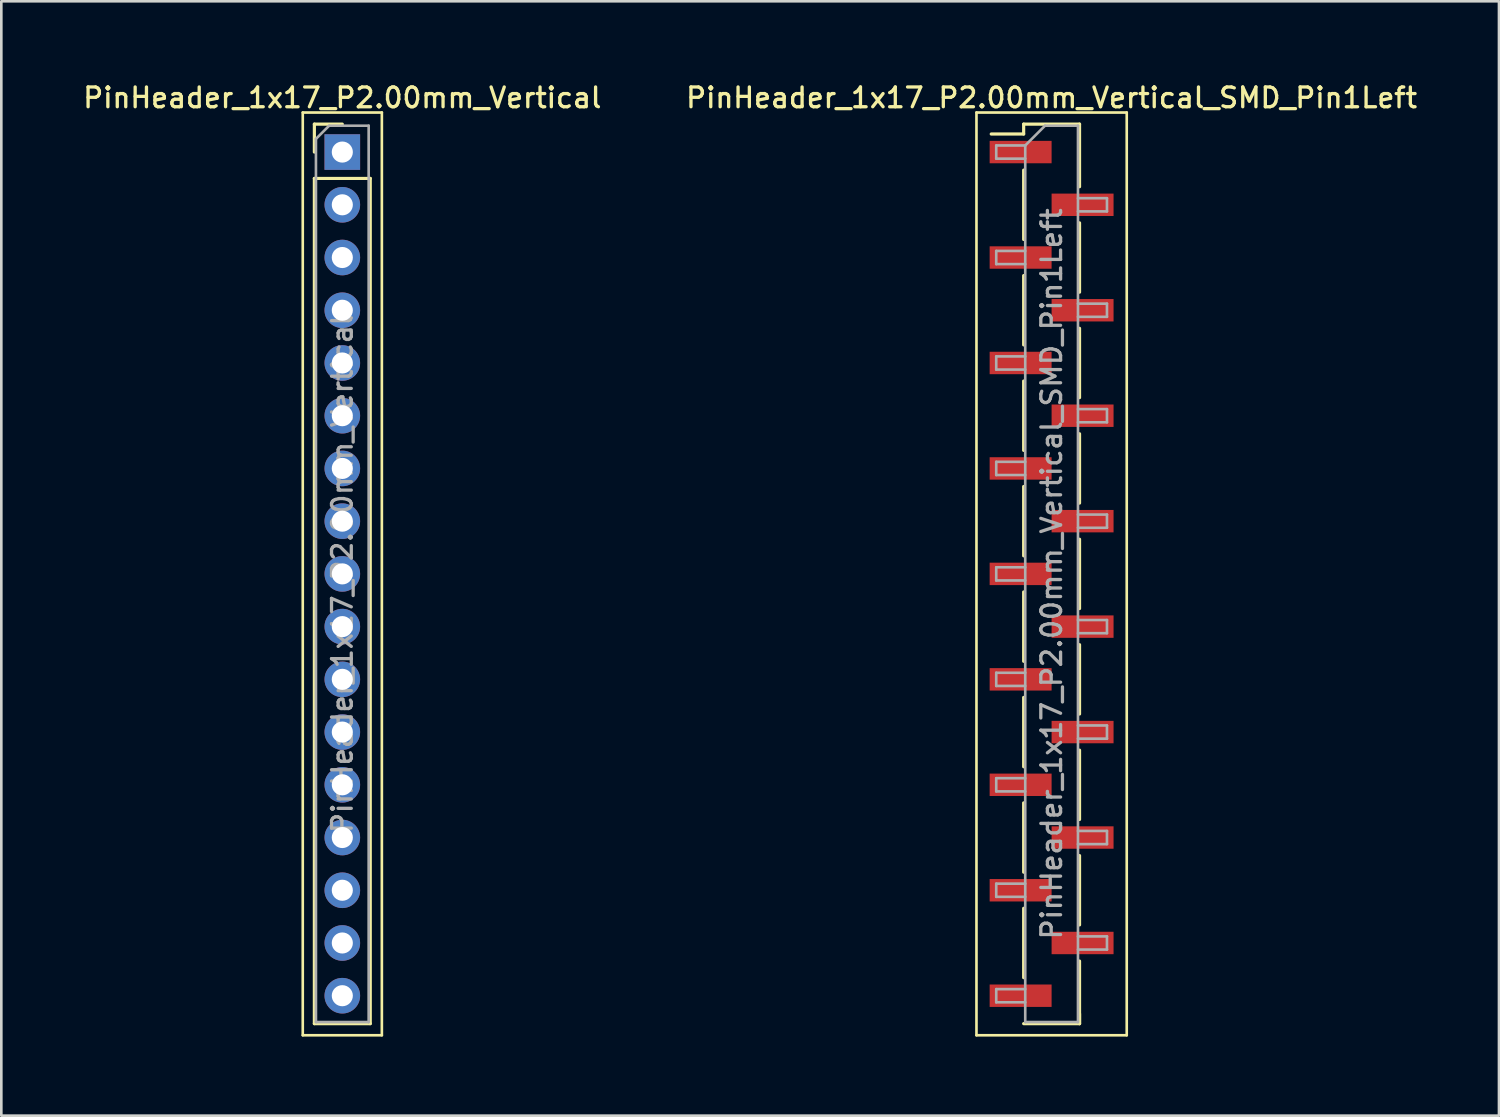
<source format=kicad_pcb>
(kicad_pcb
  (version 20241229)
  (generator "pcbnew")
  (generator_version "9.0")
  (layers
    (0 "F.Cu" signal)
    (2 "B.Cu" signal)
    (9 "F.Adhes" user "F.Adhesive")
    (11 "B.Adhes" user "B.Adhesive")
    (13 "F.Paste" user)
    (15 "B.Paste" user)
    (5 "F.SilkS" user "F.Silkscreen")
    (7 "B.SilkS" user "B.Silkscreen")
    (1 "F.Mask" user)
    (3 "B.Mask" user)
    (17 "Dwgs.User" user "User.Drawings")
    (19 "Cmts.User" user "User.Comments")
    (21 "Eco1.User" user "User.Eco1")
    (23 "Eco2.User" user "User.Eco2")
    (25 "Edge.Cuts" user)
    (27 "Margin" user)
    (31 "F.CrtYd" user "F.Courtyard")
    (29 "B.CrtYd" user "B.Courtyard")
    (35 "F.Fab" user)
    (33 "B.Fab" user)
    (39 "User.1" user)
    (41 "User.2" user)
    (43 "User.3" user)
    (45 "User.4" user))
  (footprint "PinHeader_1x17_P2.00mm_Vertical"
    (layer "F.Cu")
    (at 9.934 2.718)
    (property "Reference" "PinHeader_1x17_P2.00mm_Vertical" (at 0 -2.06 0) (layer "F.SilkS") (effects (font (size 0.75 0.75) (thickness 0.125))))
    (attr through_hole)
    (fp_line (start -1.5 -1.5) (end -1.5 33.5) (stroke (width 0.1) (type solid)) (layer "F.SilkS"))
    (fp_line (start -1.5 33.5) (end 1.5 33.5) (stroke (width 0.1) (type solid)) (layer "F.SilkS"))
    (fp_line (start -1.06 -1.06) (end 0 -1.06) (stroke (width 0.12) (type solid)) (layer "F.SilkS"))
    (fp_line (start -1.06 0) (end -1.06 -1.06) (stroke (width 0.12) (type solid)) (layer "F.SilkS"))
    (fp_line (start -1.06 1) (end -1.06 33.06) (stroke (width 0.12) (type solid)) (layer "F.SilkS"))
    (fp_line (start -1.06 1) (end 1.06 1) (stroke (width 0.12) (type solid)) (layer "F.SilkS"))
    (fp_line (start -1.06 33.06) (end 1.06 33.06) (stroke (width 0.12) (type solid)) (layer "F.SilkS"))
    (fp_line (start 1.06 1) (end 1.06 33.06) (stroke (width 0.12) (type solid)) (layer "F.SilkS"))
    (fp_line (start 1.5 -1.5) (end -1.5 -1.5) (stroke (width 0.1) (type solid)) (layer "F.SilkS"))
    (fp_line (start 1.5 33.5) (end 1.5 -1.5) (stroke (width 0.1) (type solid)) (layer "F.SilkS"))
    (fp_line (start -1 -0.5) (end -0.5 -1) (stroke (width 0.1) (type solid)) (layer "F.Fab"))
    (fp_line (start -1 33) (end -1 -0.5) (stroke (width 0.1) (type solid)) (layer "F.Fab"))
    (fp_line (start -0.5 -1) (end 1 -1) (stroke (width 0.1) (type solid)) (layer "F.Fab"))
    (fp_line (start 1 -1) (end 1 33) (stroke (width 0.1) (type solid)) (layer "F.Fab"))
    (fp_line (start 1 33) (end -1 33) (stroke (width 0.1) (type solid)) (layer "F.Fab"))
    (fp_text user "${REFERENCE}" (at 0 16 90) (layer "F.Fab") (effects (font (size 0.75 0.75) (thickness 0.125))))
    (pad "1" thru_hole rect (at 0 0) (size 1.35 1.35) (drill 0.8) (layers "*.Cu" "*.Mask"))
    (pad "2" thru_hole oval (at 0 2) (size 1.35 1.35) (drill 0.8) (layers "*.Cu" "*.Mask"))
    (pad "3" thru_hole oval (at 0 4) (size 1.35 1.35) (drill 0.8) (layers "*.Cu" "*.Mask"))
    (pad "4" thru_hole oval (at 0 6) (size 1.35 1.35) (drill 0.8) (layers "*.Cu" "*.Mask"))
    (pad "5" thru_hole oval (at 0 8) (size 1.35 1.35) (drill 0.8) (layers "*.Cu" "*.Mask"))
    (pad "6" thru_hole oval (at 0 10) (size 1.35 1.35) (drill 0.8) (layers "*.Cu" "*.Mask"))
    (pad "7" thru_hole oval (at 0 12) (size 1.35 1.35) (drill 0.8) (layers "*.Cu" "*.Mask"))
    (pad "8" thru_hole oval (at 0 14) (size 1.35 1.35) (drill 0.8) (layers "*.Cu" "*.Mask"))
    (pad "9" thru_hole oval (at 0 16) (size 1.35 1.35) (drill 0.8) (layers "*.Cu" "*.Mask"))
    (pad "10" thru_hole oval (at 0 18) (size 1.35 1.35) (drill 0.8) (layers "*.Cu" "*.Mask"))
    (pad "11" thru_hole oval (at 0 20) (size 1.35 1.35) (drill 0.8) (layers "*.Cu" "*.Mask"))
    (pad "12" thru_hole oval (at 0 22) (size 1.35 1.35) (drill 0.8) (layers "*.Cu" "*.Mask"))
    (pad "13" thru_hole oval (at 0 24) (size 1.35 1.35) (drill 0.8) (layers "*.Cu" "*.Mask"))
    (pad "14" thru_hole oval (at 0 26) (size 1.35 1.35) (drill 0.8) (layers "*.Cu" "*.Mask"))
    (pad "15" thru_hole oval (at 0 28) (size 1.35 1.35) (drill 0.8) (layers "*.Cu" "*.Mask"))
    (pad "16" thru_hole oval (at 0 30) (size 1.35 1.35) (drill 0.8) (layers "*.Cu" "*.Mask"))
    (pad "17" thru_hole oval (at 0 32) (size 1.35 1.35) (drill 0.8) (layers "*.Cu" "*.Mask")))
  (footprint "PinHeader_1x17_P2.00mm_Vertical_SMD_Pin1Left"
    (layer "F.Cu")
    (at 36.838 18.718)
    (property "Reference" "PinHeader_1x17_P2.00mm_Vertical_SMD_Pin1Left" (at 0 -18.06 0) (layer "F.SilkS") (effects (font (size 0.75 0.75) (thickness 0.125))))
    (attr smd)
    (fp_line (start -2.85 -17.5) (end -2.85 17.5) (stroke (width 0.1) (type solid)) (layer "F.SilkS"))
    (fp_line (start -2.85 17.5) (end 2.85 17.5) (stroke (width 0.1) (type solid)) (layer "F.SilkS"))
    (fp_line (start -1.06 -17.06) (end -1.06 -16.685) (stroke (width 0.12) (type solid)) (layer "F.SilkS"))
    (fp_line (start -1.06 -17.06) (end 1.06 -17.06) (stroke (width 0.12) (type solid)) (layer "F.SilkS"))
    (fp_line (start -1.06 -16.685) (end -2.29 -16.685) (stroke (width 0.12) (type solid)) (layer "F.SilkS"))
    (fp_line (start -1.06 -15.315) (end -1.06 -12.685) (stroke (width 0.12) (type solid)) (layer "F.SilkS"))
    (fp_line (start -1.06 -11.315) (end -1.06 -8.685) (stroke (width 0.12) (type solid)) (layer "F.SilkS"))
    (fp_line (start -1.06 -7.315) (end -1.06 -4.685) (stroke (width 0.12) (type solid)) (layer "F.SilkS"))
    (fp_line (start -1.06 -3.315) (end -1.06 -0.685) (stroke (width 0.12) (type solid)) (layer "F.SilkS"))
    (fp_line (start -1.06 0.685) (end -1.06 3.315) (stroke (width 0.12) (type solid)) (layer "F.SilkS"))
    (fp_line (start -1.06 4.685) (end -1.06 7.315) (stroke (width 0.12) (type solid)) (layer "F.SilkS"))
    (fp_line (start -1.06 8.685) (end -1.06 11.315) (stroke (width 0.12) (type solid)) (layer "F.SilkS"))
    (fp_line (start -1.06 12.685) (end -1.06 15.315) (stroke (width 0.12) (type solid)) (layer "F.SilkS"))
    (fp_line (start -1.06 17.06) (end 1.06 17.06) (stroke (width 0.12) (type solid)) (layer "F.SilkS"))
    (fp_line (start 1.06 -17.06) (end 1.06 -14.685) (stroke (width 0.12) (type solid)) (layer "F.SilkS"))
    (fp_line (start 1.06 -13.315) (end 1.06 -10.685) (stroke (width 0.12) (type solid)) (layer "F.SilkS"))
    (fp_line (start 1.06 -9.315) (end 1.06 -6.685) (stroke (width 0.12) (type solid)) (layer "F.SilkS"))
    (fp_line (start 1.06 -5.315) (end 1.06 -2.685) (stroke (width 0.12) (type solid)) (layer "F.SilkS"))
    (fp_line (start 1.06 -1.315) (end 1.06 1.315) (stroke (width 0.12) (type solid)) (layer "F.SilkS"))
    (fp_line (start 1.06 2.685) (end 1.06 5.315) (stroke (width 0.12) (type solid)) (layer "F.SilkS"))
    (fp_line (start 1.06 6.685) (end 1.06 9.315) (stroke (width 0.12) (type solid)) (layer "F.SilkS"))
    (fp_line (start 1.06 10.685) (end 1.06 13.315) (stroke (width 0.12) (type solid)) (layer "F.SilkS"))
    (fp_line (start 1.06 14.685) (end 1.06 17.06) (stroke (width 0.12) (type solid)) (layer "F.SilkS"))
    (fp_line (start 1.06 16.685) (end 1.06 17.06) (stroke (width 0.12) (type solid)) (layer "F.SilkS"))
    (fp_line (start 2.85 -17.5) (end -2.85 -17.5) (stroke (width 0.1) (type solid)) (layer "F.SilkS"))
    (fp_line (start 2.85 17.5) (end 2.85 -17.5) (stroke (width 0.1) (type solid)) (layer "F.SilkS"))
    (fp_line (start -2.1 -16.25) (end -2.1 -15.75) (stroke (width 0.1) (type solid)) (layer "F.Fab"))
    (fp_line (start -2.1 -15.75) (end -1 -15.75) (stroke (width 0.1) (type solid)) (layer "F.Fab"))
    (fp_line (start -2.1 -12.25) (end -2.1 -11.75) (stroke (width 0.1) (type solid)) (layer "F.Fab"))
    (fp_line (start -2.1 -11.75) (end -1 -11.75) (stroke (width 0.1) (type solid)) (layer "F.Fab"))
    (fp_line (start -2.1 -8.25) (end -2.1 -7.75) (stroke (width 0.1) (type solid)) (layer "F.Fab"))
    (fp_line (start -2.1 -7.75) (end -1 -7.75) (stroke (width 0.1) (type solid)) (layer "F.Fab"))
    (fp_line (start -2.1 -4.25) (end -2.1 -3.75) (stroke (width 0.1) (type solid)) (layer "F.Fab"))
    (fp_line (start -2.1 -3.75) (end -1 -3.75) (stroke (width 0.1) (type solid)) (layer "F.Fab"))
    (fp_line (start -2.1 -0.25) (end -2.1 0.25) (stroke (width 0.1) (type solid)) (layer "F.Fab"))
    (fp_line (start -2.1 0.25) (end -1 0.25) (stroke (width 0.1) (type solid)) (layer "F.Fab"))
    (fp_line (start -2.1 3.75) (end -2.1 4.25) (stroke (width 0.1) (type solid)) (layer "F.Fab"))
    (fp_line (start -2.1 4.25) (end -1 4.25) (stroke (width 0.1) (type solid)) (layer "F.Fab"))
    (fp_line (start -2.1 7.75) (end -2.1 8.25) (stroke (width 0.1) (type solid)) (layer "F.Fab"))
    (fp_line (start -2.1 8.25) (end -1 8.25) (stroke (width 0.1) (type solid)) (layer "F.Fab"))
    (fp_line (start -2.1 11.75) (end -2.1 12.25) (stroke (width 0.1) (type solid)) (layer "F.Fab"))
    (fp_line (start -2.1 12.25) (end -1 12.25) (stroke (width 0.1) (type solid)) (layer "F.Fab"))
    (fp_line (start -2.1 15.75) (end -2.1 16.25) (stroke (width 0.1) (type solid)) (layer "F.Fab"))
    (fp_line (start -2.1 16.25) (end -1 16.25) (stroke (width 0.1) (type solid)) (layer "F.Fab"))
    (fp_line (start -1 -16.25) (end -2.1 -16.25) (stroke (width 0.1) (type solid)) (layer "F.Fab"))
    (fp_line (start -1 -16.25) (end -0.25 -17) (stroke (width 0.1) (type solid)) (layer "F.Fab"))
    (fp_line (start -1 -12.25) (end -2.1 -12.25) (stroke (width 0.1) (type solid)) (layer "F.Fab"))
    (fp_line (start -1 -8.25) (end -2.1 -8.25) (stroke (width 0.1) (type solid)) (layer "F.Fab"))
    (fp_line (start -1 -4.25) (end -2.1 -4.25) (stroke (width 0.1) (type solid)) (layer "F.Fab"))
    (fp_line (start -1 -0.25) (end -2.1 -0.25) (stroke (width 0.1) (type solid)) (layer "F.Fab"))
    (fp_line (start -1 3.75) (end -2.1 3.75) (stroke (width 0.1) (type solid)) (layer "F.Fab"))
    (fp_line (start -1 7.75) (end -2.1 7.75) (stroke (width 0.1) (type solid)) (layer "F.Fab"))
    (fp_line (start -1 11.75) (end -2.1 11.75) (stroke (width 0.1) (type solid)) (layer "F.Fab"))
    (fp_line (start -1 15.75) (end -2.1 15.75) (stroke (width 0.1) (type solid)) (layer "F.Fab"))
    (fp_line (start -1 17) (end -1 -16.25) (stroke (width 0.1) (type solid)) (layer "F.Fab"))
    (fp_line (start -0.25 -17) (end 1 -17) (stroke (width 0.1) (type solid)) (layer "F.Fab"))
    (fp_line (start 1 -17) (end 1 17) (stroke (width 0.1) (type solid)) (layer "F.Fab"))
    (fp_line (start 1 -14.25) (end 2.1 -14.25) (stroke (width 0.1) (type solid)) (layer "F.Fab"))
    (fp_line (start 1 -10.25) (end 2.1 -10.25) (stroke (width 0.1) (type solid)) (layer "F.Fab"))
    (fp_line (start 1 -6.25) (end 2.1 -6.25) (stroke (width 0.1) (type solid)) (layer "F.Fab"))
    (fp_line (start 1 -2.25) (end 2.1 -2.25) (stroke (width 0.1) (type solid)) (layer "F.Fab"))
    (fp_line (start 1 1.75) (end 2.1 1.75) (stroke (width 0.1) (type solid)) (layer "F.Fab"))
    (fp_line (start 1 5.75) (end 2.1 5.75) (stroke (width 0.1) (type solid)) (layer "F.Fab"))
    (fp_line (start 1 9.75) (end 2.1 9.75) (stroke (width 0.1) (type solid)) (layer "F.Fab"))
    (fp_line (start 1 13.75) (end 2.1 13.75) (stroke (width 0.1) (type solid)) (layer "F.Fab"))
    (fp_line (start 1 17) (end -1 17) (stroke (width 0.1) (type solid)) (layer "F.Fab"))
    (fp_line (start 2.1 -14.25) (end 2.1 -13.75) (stroke (width 0.1) (type solid)) (layer "F.Fab"))
    (fp_line (start 2.1 -13.75) (end 1 -13.75) (stroke (width 0.1) (type solid)) (layer "F.Fab"))
    (fp_line (start 2.1 -10.25) (end 2.1 -9.75) (stroke (width 0.1) (type solid)) (layer "F.Fab"))
    (fp_line (start 2.1 -9.75) (end 1 -9.75) (stroke (width 0.1) (type solid)) (layer "F.Fab"))
    (fp_line (start 2.1 -6.25) (end 2.1 -5.75) (stroke (width 0.1) (type solid)) (layer "F.Fab"))
    (fp_line (start 2.1 -5.75) (end 1 -5.75) (stroke (width 0.1) (type solid)) (layer "F.Fab"))
    (fp_line (start 2.1 -2.25) (end 2.1 -1.75) (stroke (width 0.1) (type solid)) (layer "F.Fab"))
    (fp_line (start 2.1 -1.75) (end 1 -1.75) (stroke (width 0.1) (type solid)) (layer "F.Fab"))
    (fp_line (start 2.1 1.75) (end 2.1 2.25) (stroke (width 0.1) (type solid)) (layer "F.Fab"))
    (fp_line (start 2.1 2.25) (end 1 2.25) (stroke (width 0.1) (type solid)) (layer "F.Fab"))
    (fp_line (start 2.1 5.75) (end 2.1 6.25) (stroke (width 0.1) (type solid)) (layer "F.Fab"))
    (fp_line (start 2.1 6.25) (end 1 6.25) (stroke (width 0.1) (type solid)) (layer "F.Fab"))
    (fp_line (start 2.1 9.75) (end 2.1 10.25) (stroke (width 0.1) (type solid)) (layer "F.Fab"))
    (fp_line (start 2.1 10.25) (end 1 10.25) (stroke (width 0.1) (type solid)) (layer "F.Fab"))
    (fp_line (start 2.1 13.75) (end 2.1 14.25) (stroke (width 0.1) (type solid)) (layer "F.Fab"))
    (fp_line (start 2.1 14.25) (end 1 14.25) (stroke (width 0.1) (type solid)) (layer "F.Fab"))
    (fp_text user "${REFERENCE}" (at 0 0 90) (layer "F.Fab") (effects (font (size 0.75 0.75) (thickness 0.125))))
    (pad "1" smd rect (at -1.175 -16) (size 2.35 0.85) (layers "F.Cu" "F.Mask" "F.Paste"))
    (pad "2" smd rect (at 1.175 -14) (size 2.35 0.85) (layers "F.Cu" "F.Mask" "F.Paste"))
    (pad "3" smd rect (at -1.175 -12) (size 2.35 0.85) (layers "F.Cu" "F.Mask" "F.Paste"))
    (pad "4" smd rect (at 1.175 -10) (size 2.35 0.85) (layers "F.Cu" "F.Mask" "F.Paste"))
    (pad "5" smd rect (at -1.175 -8) (size 2.35 0.85) (layers "F.Cu" "F.Mask" "F.Paste"))
    (pad "6" smd rect (at 1.175 -6) (size 2.35 0.85) (layers "F.Cu" "F.Mask" "F.Paste"))
    (pad "7" smd rect (at -1.175 -4) (size 2.35 0.85) (layers "F.Cu" "F.Mask" "F.Paste"))
    (pad "8" smd rect (at 1.175 -2) (size 2.35 0.85) (layers "F.Cu" "F.Mask" "F.Paste"))
    (pad "9" smd rect (at -1.175 0) (size 2.35 0.85) (layers "F.Cu" "F.Mask" "F.Paste"))
    (pad "10" smd rect (at 1.175 2) (size 2.35 0.85) (layers "F.Cu" "F.Mask" "F.Paste"))
    (pad "11" smd rect (at -1.175 4) (size 2.35 0.85) (layers "F.Cu" "F.Mask" "F.Paste"))
    (pad "12" smd rect (at 1.175 6) (size 2.35 0.85) (layers "F.Cu" "F.Mask" "F.Paste"))
    (pad "13" smd rect (at -1.175 8) (size 2.35 0.85) (layers "F.Cu" "F.Mask" "F.Paste"))
    (pad "14" smd rect (at 1.175 10) (size 2.35 0.85) (layers "F.Cu" "F.Mask" "F.Paste"))
    (pad "15" smd rect (at -1.175 12) (size 2.35 0.85) (layers "F.Cu" "F.Mask" "F.Paste"))
    (pad "16" smd rect (at 1.175 14) (size 2.35 0.85) (layers "F.Cu" "F.Mask" "F.Paste"))
    (pad "17" smd rect (at -1.175 16) (size 2.35 0.85) (layers "F.Cu" "F.Mask" "F.Paste")))
  (gr_rect
    (start -3 -3)
    (end 53.807 39.268)
    (stroke (width 0.1) (type default))
    (fill no)
    (layer "Edge.Cuts")))
</source>
